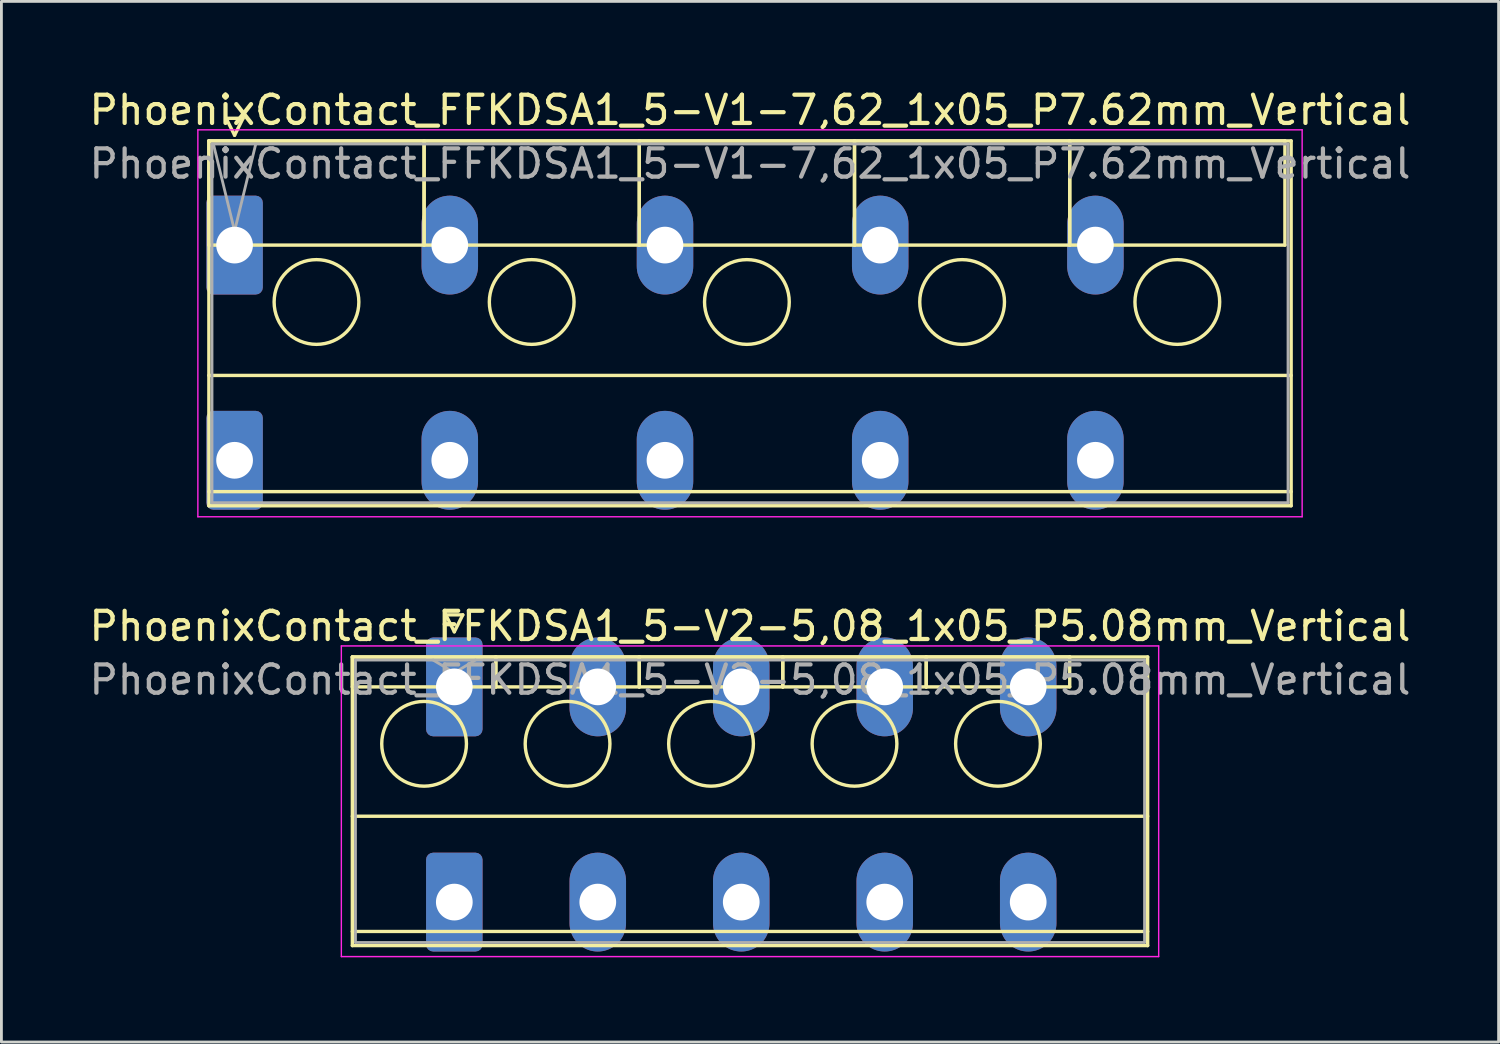
<source format=kicad_pcb>
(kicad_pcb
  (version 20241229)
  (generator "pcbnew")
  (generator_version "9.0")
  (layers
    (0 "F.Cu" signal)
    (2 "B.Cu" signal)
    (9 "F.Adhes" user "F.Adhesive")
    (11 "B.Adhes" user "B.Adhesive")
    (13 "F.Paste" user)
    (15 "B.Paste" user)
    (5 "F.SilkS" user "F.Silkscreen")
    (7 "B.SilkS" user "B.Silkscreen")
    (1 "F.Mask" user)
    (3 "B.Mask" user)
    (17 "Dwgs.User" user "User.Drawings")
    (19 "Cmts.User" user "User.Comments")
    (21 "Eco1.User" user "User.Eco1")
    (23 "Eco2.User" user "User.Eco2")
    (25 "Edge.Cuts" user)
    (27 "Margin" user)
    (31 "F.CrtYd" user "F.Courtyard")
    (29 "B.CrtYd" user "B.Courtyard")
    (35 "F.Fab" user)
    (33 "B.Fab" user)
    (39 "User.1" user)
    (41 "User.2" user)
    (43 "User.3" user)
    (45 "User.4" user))
  (footprint "PhoenixContact_FFKDSA1_5-V1-7,62_1x05_P7.62mm_Vertical"
    (layer "F.Cu")
    (at 5.256 5.628)
    (property "Reference" "PhoenixContact_FFKDSA1_5-V1-7,62_1x05_P7.62mm_Vertical" (at 18.25 -4.78 0) (layer "F.SilkS") (effects (font (size 1 1) (thickness 0.15))))
    (attr through_hole)
    (fp_line (start -0.91 -3.69) (end -0.91 0) (stroke (width 0.12) (type solid)) (layer "F.SilkS"))
    (fp_line (start -0.91 -3.69) (end -0.91 9.23) (stroke (width 0.12) (type solid)) (layer "F.SilkS"))
    (fp_line (start -0.91 0) (end 6.71 0) (stroke (width 0.12) (type solid)) (layer "F.SilkS"))
    (fp_line (start -0.91 4.615) (end 37.41 4.615) (stroke (width 0.12) (type solid)) (layer "F.SilkS"))
    (fp_line (start -0.91 8.73) (end 37.41 8.73) (stroke (width 0.12) (type solid)) (layer "F.SilkS"))
    (fp_line (start -0.91 9.23) (end 37.41 9.23) (stroke (width 0.12) (type solid)) (layer "F.SilkS"))
    (fp_line (start -0.3 -4.49) (end 0.3 -4.49) (stroke (width 0.12) (type solid)) (layer "F.SilkS"))
    (fp_line (start 0 -3.89) (end -0.3 -4.49) (stroke (width 0.12) (type solid)) (layer "F.SilkS"))
    (fp_line (start 0.3 -4.49) (end 0 -3.89) (stroke (width 0.12) (type solid)) (layer "F.SilkS"))
    (fp_line (start 6.71 -3.69) (end -0.91 -3.69) (stroke (width 0.12) (type solid)) (layer "F.SilkS"))
    (fp_line (start 6.71 -3.69) (end 6.71 0) (stroke (width 0.12) (type solid)) (layer "F.SilkS"))
    (fp_line (start 6.71 0) (end 6.71 -3.69) (stroke (width 0.12) (type solid)) (layer "F.SilkS"))
    (fp_line (start 6.71 0) (end 14.33 0) (stroke (width 0.12) (type solid)) (layer "F.SilkS"))
    (fp_line (start 14.33 -3.69) (end 6.71 -3.69) (stroke (width 0.12) (type solid)) (layer "F.SilkS"))
    (fp_line (start 14.33 -3.69) (end 14.33 0) (stroke (width 0.12) (type solid)) (layer "F.SilkS"))
    (fp_line (start 14.33 0) (end 14.33 -3.69) (stroke (width 0.12) (type solid)) (layer "F.SilkS"))
    (fp_line (start 14.33 0) (end 21.95 0) (stroke (width 0.12) (type solid)) (layer "F.SilkS"))
    (fp_line (start 21.95 -3.69) (end 14.33 -3.69) (stroke (width 0.12) (type solid)) (layer "F.SilkS"))
    (fp_line (start 21.95 -3.69) (end 21.95 0) (stroke (width 0.12) (type solid)) (layer "F.SilkS"))
    (fp_line (start 21.95 0) (end 21.95 -3.69) (stroke (width 0.12) (type solid)) (layer "F.SilkS"))
    (fp_line (start 21.95 0) (end 29.57 0) (stroke (width 0.12) (type solid)) (layer "F.SilkS"))
    (fp_line (start 29.57 -3.69) (end 21.95 -3.69) (stroke (width 0.12) (type solid)) (layer "F.SilkS"))
    (fp_line (start 29.57 -3.69) (end 29.57 0) (stroke (width 0.12) (type solid)) (layer "F.SilkS"))
    (fp_line (start 29.57 0) (end 29.57 -3.69) (stroke (width 0.12) (type solid)) (layer "F.SilkS"))
    (fp_line (start 29.57 0) (end 37.19 0) (stroke (width 0.12) (type solid)) (layer "F.SilkS"))
    (fp_line (start 37.19 -3.69) (end 29.57 -3.69) (stroke (width 0.12) (type solid)) (layer "F.SilkS"))
    (fp_line (start 37.19 0) (end 37.19 -3.69) (stroke (width 0.12) (type solid)) (layer "F.SilkS"))
    (fp_line (start 37.41 -3.69) (end -0.91 -3.69) (stroke (width 0.12) (type solid)) (layer "F.SilkS"))
    (fp_line (start 37.41 9.23) (end 37.41 -3.69) (stroke (width 0.12) (type solid)) (layer "F.SilkS"))
    (fp_circle (center 2.9 2.015) (end 4.4 2.015) (stroke (width 0.12) (type solid)) (fill no) (layer "F.SilkS"))
    (fp_circle (center 10.52 2.015) (end 12.02 2.015) (stroke (width 0.12) (type solid)) (fill no) (layer "F.SilkS"))
    (fp_circle (center 18.14 2.015) (end 19.64 2.015) (stroke (width 0.12) (type solid)) (fill no) (layer "F.SilkS"))
    (fp_circle (center 25.76 2.015) (end 27.26 2.015) (stroke (width 0.12) (type solid)) (fill no) (layer "F.SilkS"))
    (fp_circle (center 33.38 2.015) (end 34.88 2.015) (stroke (width 0.12) (type solid)) (fill no) (layer "F.SilkS"))
    (fp_line (start -1.3 -4.08) (end -1.3 9.62) (stroke (width 0.05) (type solid)) (layer "F.CrtYd"))
    (fp_line (start -1.3 9.62) (end 37.8 9.62) (stroke (width 0.05) (type solid)) (layer "F.CrtYd"))
    (fp_line (start 37.8 -4.08) (end -1.3 -4.08) (stroke (width 0.05) (type solid)) (layer "F.CrtYd"))
    (fp_line (start 37.8 9.62) (end 37.8 -4.08) (stroke (width 0.05) (type solid)) (layer "F.CrtYd"))
    (fp_line (start -0.8 -3.58) (end -0.8 9.12) (stroke (width 0.1) (type solid)) (layer "F.Fab"))
    (fp_line (start -0.8 9.12) (end 37.3 9.12) (stroke (width 0.1) (type solid)) (layer "F.Fab"))
    (fp_line (start 0 -0.5) (end -0.75 -3.58) (stroke (width 0.1) (type solid)) (layer "F.Fab"))
    (fp_line (start 0.75 -3.58) (end 0 -0.5) (stroke (width 0.1) (type solid)) (layer "F.Fab"))
    (fp_line (start 37.3 -3.58) (end -0.8 -3.58) (stroke (width 0.1) (type solid)) (layer "F.Fab"))
    (fp_line (start 37.3 9.12) (end 37.3 -3.58) (stroke (width 0.1) (type solid)) (layer "F.Fab"))
    (fp_text user "${REFERENCE}" (at 18.25 -2.88 0) (layer "F.Fab") (effects (font (size 1 1) (thickness 0.15))))
    (pad "1" thru_hole roundrect (at 0 0) (size 2 3.5) (drill 1.3) (layers "*.Cu" "*.Mask") (roundrect_rratio 0.125))
    (pad "1" thru_hole roundrect (at 0 7.62) (size 2 3.5) (drill 1.3) (layers "*.Cu" "*.Mask") (roundrect_rratio 0.125))
    (pad "2" thru_hole oval (at 7.62 0) (size 2 3.5) (drill 1.3) (layers "*.Cu" "*.Mask"))
    (pad "2" thru_hole oval (at 7.62 7.62) (size 2 3.5) (drill 1.3) (layers "*.Cu" "*.Mask"))
    (pad "3" thru_hole oval (at 15.24 0) (size 2 3.5) (drill 1.3) (layers "*.Cu" "*.Mask"))
    (pad "3" thru_hole oval (at 15.24 7.62) (size 2 3.5) (drill 1.3) (layers "*.Cu" "*.Mask"))
    (pad "4" thru_hole oval (at 22.86 0) (size 2 3.5) (drill 1.3) (layers "*.Cu" "*.Mask"))
    (pad "4" thru_hole oval (at 22.86 7.62) (size 2 3.5) (drill 1.3) (layers "*.Cu" "*.Mask"))
    (pad "5" thru_hole oval (at 30.48 0) (size 2 3.5) (drill 1.3) (layers "*.Cu" "*.Mask"))
    (pad "5" thru_hole oval (at 30.48 7.62) (size 2 3.5) (drill 1.3) (layers "*.Cu" "*.Mask")))
  (footprint "PhoenixContact_FFKDSA1_5-V2-5,08_1x05_P5.08mm_Vertical"
    (layer "F.Cu")
    (at 13.036 21.271)
    (property "Reference" "PhoenixContact_FFKDSA1_5-V2-5,08_1x05_P5.08mm_Vertical" (at 10.47 -2.15 0) (layer "F.SilkS") (effects (font (size 1 1) (thickness 0.15))))
    (attr through_hole)
    (fp_line (start -3.61 -1.06) (end -3.61 0) (stroke (width 0.12) (type solid)) (layer "F.SilkS"))
    (fp_line (start -3.61 -1.06) (end -3.61 9.16) (stroke (width 0.12) (type solid)) (layer "F.SilkS"))
    (fp_line (start -3.61 0) (end 1.47 0) (stroke (width 0.12) (type solid)) (layer "F.SilkS"))
    (fp_line (start -3.61 4.58) (end 24.55 4.58) (stroke (width 0.12) (type solid)) (layer "F.SilkS"))
    (fp_line (start -3.61 8.66) (end 24.55 8.66) (stroke (width 0.12) (type solid)) (layer "F.SilkS"))
    (fp_line (start -3.61 9.16) (end 24.55 9.16) (stroke (width 0.12) (type solid)) (layer "F.SilkS"))
    (fp_line (start -0.3 -2.55) (end 0.3 -2.55) (stroke (width 0.12) (type solid)) (layer "F.SilkS"))
    (fp_line (start 0 -1.95) (end -0.3 -2.55) (stroke (width 0.12) (type solid)) (layer "F.SilkS"))
    (fp_line (start 0.3 -2.55) (end 0 -1.95) (stroke (width 0.12) (type solid)) (layer "F.SilkS"))
    (fp_line (start 1.47 -1.06) (end -3.61 -1.06) (stroke (width 0.12) (type solid)) (layer "F.SilkS"))
    (fp_line (start 1.47 -1.06) (end 1.47 0) (stroke (width 0.12) (type solid)) (layer "F.SilkS"))
    (fp_line (start 1.47 0) (end 1.47 -1.06) (stroke (width 0.12) (type solid)) (layer "F.SilkS"))
    (fp_line (start 1.47 0) (end 6.55 0) (stroke (width 0.12) (type solid)) (layer "F.SilkS"))
    (fp_line (start 6.55 -1.06) (end 1.47 -1.06) (stroke (width 0.12) (type solid)) (layer "F.SilkS"))
    (fp_line (start 6.55 -1.06) (end 6.55 0) (stroke (width 0.12) (type solid)) (layer "F.SilkS"))
    (fp_line (start 6.55 0) (end 6.55 -1.06) (stroke (width 0.12) (type solid)) (layer "F.SilkS"))
    (fp_line (start 6.55 0) (end 11.63 0) (stroke (width 0.12) (type solid)) (layer "F.SilkS"))
    (fp_line (start 11.63 -1.06) (end 6.55 -1.06) (stroke (width 0.12) (type solid)) (layer "F.SilkS"))
    (fp_line (start 11.63 -1.06) (end 11.63 0) (stroke (width 0.12) (type solid)) (layer "F.SilkS"))
    (fp_line (start 11.63 0) (end 11.63 -1.06) (stroke (width 0.12) (type solid)) (layer "F.SilkS"))
    (fp_line (start 11.63 0) (end 16.71 0) (stroke (width 0.12) (type solid)) (layer "F.SilkS"))
    (fp_line (start 16.71 -1.06) (end 11.63 -1.06) (stroke (width 0.12) (type solid)) (layer "F.SilkS"))
    (fp_line (start 16.71 -1.06) (end 16.71 0) (stroke (width 0.12) (type solid)) (layer "F.SilkS"))
    (fp_line (start 16.71 0) (end 16.71 -1.06) (stroke (width 0.12) (type solid)) (layer "F.SilkS"))
    (fp_line (start 16.71 0) (end 21.79 0) (stroke (width 0.12) (type solid)) (layer "F.SilkS"))
    (fp_line (start 21.79 -1.06) (end 16.71 -1.06) (stroke (width 0.12) (type solid)) (layer "F.SilkS"))
    (fp_line (start 21.79 0) (end 21.79 -1.06) (stroke (width 0.12) (type solid)) (layer "F.SilkS"))
    (fp_line (start 24.55 -1.06) (end -3.61 -1.06) (stroke (width 0.12) (type solid)) (layer "F.SilkS"))
    (fp_line (start 24.55 9.16) (end 24.55 -1.06) (stroke (width 0.12) (type solid)) (layer "F.SilkS"))
    (fp_circle (center -1.07 2.015) (end 0.43 2.015) (stroke (width 0.12) (type solid)) (fill no) (layer "F.SilkS"))
    (fp_circle (center 4.01 2.015) (end 5.51 2.015) (stroke (width 0.12) (type solid)) (fill no) (layer "F.SilkS"))
    (fp_circle (center 9.09 2.015) (end 10.59 2.015) (stroke (width 0.12) (type solid)) (fill no) (layer "F.SilkS"))
    (fp_circle (center 14.17 2.015) (end 15.67 2.015) (stroke (width 0.12) (type solid)) (fill no) (layer "F.SilkS"))
    (fp_circle (center 19.25 2.015) (end 20.75 2.015) (stroke (width 0.12) (type solid)) (fill no) (layer "F.SilkS"))
    (fp_line (start -4 -1.45) (end -4 9.55) (stroke (width 0.05) (type solid)) (layer "F.CrtYd"))
    (fp_line (start -4 9.55) (end 24.94 9.55) (stroke (width 0.05) (type solid)) (layer "F.CrtYd"))
    (fp_line (start 24.94 -1.45) (end -4 -1.45) (stroke (width 0.05) (type solid)) (layer "F.CrtYd"))
    (fp_line (start 24.94 9.55) (end 24.94 -1.45) (stroke (width 0.05) (type solid)) (layer "F.CrtYd"))
    (fp_line (start -3.5 -0.95) (end -3.5 9.05) (stroke (width 0.1) (type solid)) (layer "F.Fab"))
    (fp_line (start -3.5 9.05) (end 24.44 9.05) (stroke (width 0.1) (type solid)) (layer "F.Fab"))
    (fp_line (start 0 -0.5) (end -0.75 -0.95) (stroke (width 0.1) (type solid)) (layer "F.Fab"))
    (fp_line (start 0.75 -0.95) (end 0 -0.5) (stroke (width 0.1) (type solid)) (layer "F.Fab"))
    (fp_line (start 24.44 -0.95) (end -3.5 -0.95) (stroke (width 0.1) (type solid)) (layer "F.Fab"))
    (fp_line (start 24.44 9.05) (end 24.44 -0.95) (stroke (width 0.1) (type solid)) (layer "F.Fab"))
    (fp_text user "${REFERENCE}" (at 10.47 -0.25 0) (layer "F.Fab") (effects (font (size 1 1) (thickness 0.15))))
    (pad "1" thru_hole roundrect (at 0 0) (size 2 3.5) (drill 1.3) (layers "*.Cu" "*.Mask") (roundrect_rratio 0.125))
    (pad "1" thru_hole roundrect (at 0 7.62) (size 2 3.5) (drill 1.3) (layers "*.Cu" "*.Mask") (roundrect_rratio 0.125))
    (pad "2" thru_hole oval (at 5.08 0) (size 2 3.5) (drill 1.3) (layers "*.Cu" "*.Mask"))
    (pad "2" thru_hole oval (at 5.08 7.62) (size 2 3.5) (drill 1.3) (layers "*.Cu" "*.Mask"))
    (pad "3" thru_hole oval (at 10.16 0) (size 2 3.5) (drill 1.3) (layers "*.Cu" "*.Mask"))
    (pad "3" thru_hole oval (at 10.16 7.62) (size 2 3.5) (drill 1.3) (layers "*.Cu" "*.Mask"))
    (pad "4" thru_hole oval (at 15.24 0) (size 2 3.5) (drill 1.3) (layers "*.Cu" "*.Mask"))
    (pad "4" thru_hole oval (at 15.24 7.62) (size 2 3.5) (drill 1.3) (layers "*.Cu" "*.Mask"))
    (pad "5" thru_hole oval (at 20.32 0) (size 2 3.5) (drill 1.3) (layers "*.Cu" "*.Mask"))
    (pad "5" thru_hole oval (at 20.32 7.62) (size 2 3.5) (drill 1.3) (layers "*.Cu" "*.Mask")))
  (gr_rect
    (start -3 -3)
    (end 50.012 33.846)
    (stroke (width 0.1) (type default))
    (fill no)
    (layer "Edge.Cuts")))
</source>
